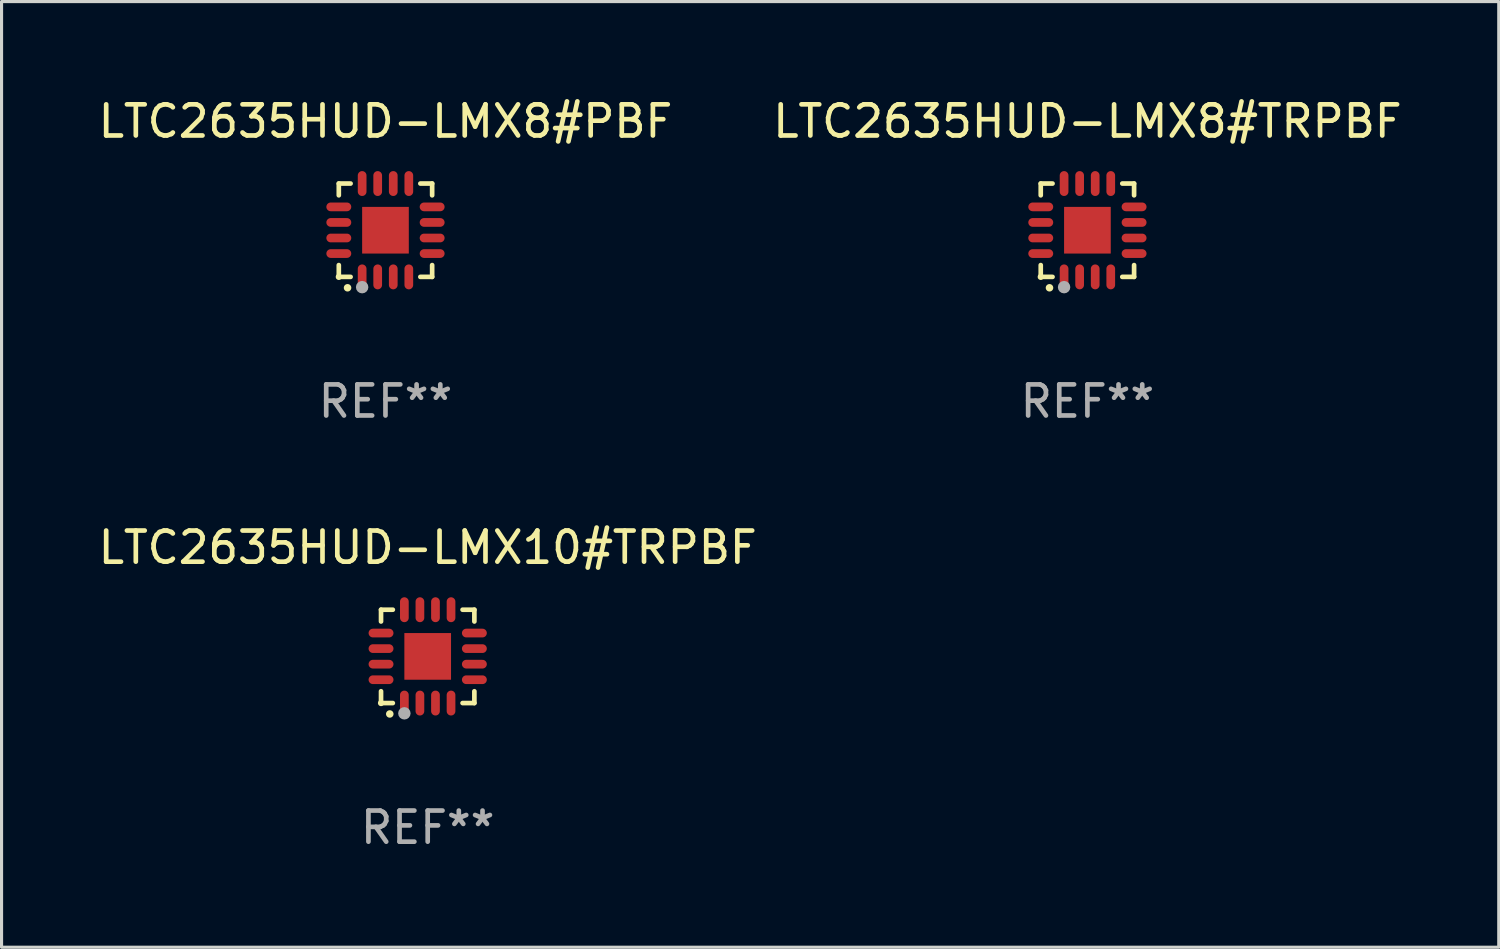
<source format=kicad_pcb>
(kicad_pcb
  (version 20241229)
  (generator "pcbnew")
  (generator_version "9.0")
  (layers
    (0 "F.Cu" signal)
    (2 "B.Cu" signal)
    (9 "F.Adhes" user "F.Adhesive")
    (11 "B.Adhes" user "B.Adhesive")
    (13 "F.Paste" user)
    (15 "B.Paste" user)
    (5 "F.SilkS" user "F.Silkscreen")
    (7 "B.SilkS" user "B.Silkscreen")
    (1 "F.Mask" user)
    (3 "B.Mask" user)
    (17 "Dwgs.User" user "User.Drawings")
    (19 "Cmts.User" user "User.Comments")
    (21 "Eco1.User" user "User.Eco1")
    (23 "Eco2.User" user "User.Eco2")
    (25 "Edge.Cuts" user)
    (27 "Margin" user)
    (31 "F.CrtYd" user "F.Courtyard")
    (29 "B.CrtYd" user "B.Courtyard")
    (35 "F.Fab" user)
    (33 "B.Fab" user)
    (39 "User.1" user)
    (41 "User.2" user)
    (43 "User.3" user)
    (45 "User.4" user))
  (footprint "LTC2635HUD-LMX8#TRPBF"
    (layer "F.Cu")
    (at 31.899 4.349)
    (property "Reference" "LTC2635HUD-LMX8#TRPBF" (at 0 -3.5 0) (layer "F.SilkS") (effects (font (size 1 1) (thickness 0.15))))
    (attr through_hole)
    (fp_line (start -1.5 -1.5) (end -1.121 -1.5) (stroke (width 0.15) (type solid)) (layer "F.SilkS"))
    (fp_line (start -1.5 -1.122) (end -1.5 -1.5) (stroke (width 0.15) (type solid)) (layer "F.SilkS"))
    (fp_line (start -1.5 1.5) (end -1.5 1.121) (stroke (width 0.15) (type solid)) (layer "F.SilkS"))
    (fp_line (start -1.121 1.5) (end -1.5 1.5) (stroke (width 0.15) (type solid)) (layer "F.SilkS"))
    (fp_line (start 1.121 -1.5) (end 1.5 -1.5) (stroke (width 0.15) (type solid)) (layer "F.SilkS"))
    (fp_line (start 1.5 -1.5) (end 1.5 -1.122) (stroke (width 0.15) (type solid)) (layer "F.SilkS"))
    (fp_line (start 1.5 1.121) (end 1.5 1.5) (stroke (width 0.15) (type solid)) (layer "F.SilkS"))
    (fp_line (start 1.5 1.5) (end 1.121 1.5) (stroke (width 0.15) (type solid)) (layer "F.SilkS"))
    (fp_arc (start -1.219926 1.850254) (mid -1.21891 1.85025) (end -1.217894 1.850254) (stroke (width 0.240005) (type solid)) (layer "F.SilkS"))
    (fp_circle (center -1.5 1.5) (end -1.45 1.5) (stroke (width 0.1) (type solid)) (fill no) (layer "F.SilkS"))
    (fp_circle (center -0.75 1.83) (end -0.65 1.83) (stroke (width 0.2) (type solid)) (fill no) (layer "F.Fab"))
    (fp_text user "REF**" (at 0 5.5 0) (layer "F.Fab") (effects (font (size 1 1) (thickness 0.15))))
    (pad "1" smd oval (at -0.75 1.5) (size 0.28 0.8) (layers "F.Cu" "F.Mask" "F.Paste"))
    (pad "2" smd oval (at -0.25 1.5) (size 0.28 0.8) (layers "F.Cu" "F.Mask" "F.Paste"))
    (pad "3" smd oval (at 0.25 1.5) (size 0.28 0.8) (layers "F.Cu" "F.Mask" "F.Paste"))
    (pad "4" smd oval (at 0.75 1.5) (size 0.28 0.8) (layers "F.Cu" "F.Mask" "F.Paste"))
    (pad "5" smd oval (at 1.5 0.75) (size 0.8 0.28) (layers "F.Cu" "F.Mask" "F.Paste"))
    (pad "6" smd oval (at 1.5 0.25) (size 0.8 0.28) (layers "F.Cu" "F.Mask" "F.Paste"))
    (pad "7" smd oval (at 1.5 -0.25) (size 0.8 0.28) (layers "F.Cu" "F.Mask" "F.Paste"))
    (pad "8" smd oval (at 1.5 -0.75) (size 0.8 0.28) (layers "F.Cu" "F.Mask" "F.Paste"))
    (pad "9" smd oval (at 0.75 -1.5) (size 0.28 0.8) (layers "F.Cu" "F.Mask" "F.Paste"))
    (pad "10" smd oval (at 0.25 -1.5) (size 0.28 0.8) (layers "F.Cu" "F.Mask" "F.Paste"))
    (pad "11" smd oval (at -0.25 -1.5) (size 0.28 0.8) (layers "F.Cu" "F.Mask" "F.Paste"))
    (pad "12" smd oval (at -0.75 -1.5) (size 0.28 0.8) (layers "F.Cu" "F.Mask" "F.Paste"))
    (pad "13" smd oval (at -1.5 -0.75) (size 0.8 0.28) (layers "F.Cu" "F.Mask" "F.Paste"))
    (pad "14" smd oval (at -1.5 -0.25) (size 0.8 0.28) (layers "F.Cu" "F.Mask" "F.Paste"))
    (pad "15" smd oval (at -1.5 0.25) (size 0.8 0.28) (layers "F.Cu" "F.Mask" "F.Paste"))
    (pad "16" smd oval (at -1.5 0.75) (size 0.8 0.28) (layers "F.Cu" "F.Mask" "F.Paste"))
    (pad "17" smd rect (at -0.000064 0.000165) (size 1.5 1.5) (layers "F.Cu" "F.Mask" "F.Paste")))
  (footprint "LTC2635HUD-LMX10#TRPBF"
    (layer "F.Cu")
    (at 10.696 18.046)
    (property "Reference" "LTC2635HUD-LMX10#TRPBF" (at 0 -3.5 0) (layer "F.SilkS") (effects (font (size 1 1) (thickness 0.15))))
    (attr through_hole)
    (fp_line (start -1.5 -1.5) (end -1.121 -1.5) (stroke (width 0.15) (type solid)) (layer "F.SilkS"))
    (fp_line (start -1.5 -1.122) (end -1.5 -1.5) (stroke (width 0.15) (type solid)) (layer "F.SilkS"))
    (fp_line (start -1.5 1.5) (end -1.5 1.121) (stroke (width 0.15) (type solid)) (layer "F.SilkS"))
    (fp_line (start -1.121 1.5) (end -1.5 1.5) (stroke (width 0.15) (type solid)) (layer "F.SilkS"))
    (fp_line (start 1.121 -1.5) (end 1.5 -1.5) (stroke (width 0.15) (type solid)) (layer "F.SilkS"))
    (fp_line (start 1.5 -1.5) (end 1.5 -1.122) (stroke (width 0.15) (type solid)) (layer "F.SilkS"))
    (fp_line (start 1.5 1.121) (end 1.5 1.5) (stroke (width 0.15) (type solid)) (layer "F.SilkS"))
    (fp_line (start 1.5 1.5) (end 1.121 1.5) (stroke (width 0.15) (type solid)) (layer "F.SilkS"))
    (fp_arc (start -1.219926 1.850254) (mid -1.21891 1.85025) (end -1.217894 1.850254) (stroke (width 0.240005) (type solid)) (layer "F.SilkS"))
    (fp_circle (center -1.5 1.5) (end -1.45 1.5) (stroke (width 0.1) (type solid)) (fill no) (layer "F.SilkS"))
    (fp_circle (center -0.75 1.83) (end -0.65 1.83) (stroke (width 0.2) (type solid)) (fill no) (layer "F.Fab"))
    (fp_text user "REF**" (at 0 5.5 0) (layer "F.Fab") (effects (font (size 1 1) (thickness 0.15))))
    (pad "1" smd oval (at -0.75 1.5) (size 0.28 0.8) (layers "F.Cu" "F.Mask" "F.Paste"))
    (pad "2" smd oval (at -0.25 1.5) (size 0.28 0.8) (layers "F.Cu" "F.Mask" "F.Paste"))
    (pad "3" smd oval (at 0.25 1.5) (size 0.28 0.8) (layers "F.Cu" "F.Mask" "F.Paste"))
    (pad "4" smd oval (at 0.75 1.5) (size 0.28 0.8) (layers "F.Cu" "F.Mask" "F.Paste"))
    (pad "5" smd oval (at 1.5 0.75) (size 0.8 0.28) (layers "F.Cu" "F.Mask" "F.Paste"))
    (pad "6" smd oval (at 1.5 0.25) (size 0.8 0.28) (layers "F.Cu" "F.Mask" "F.Paste"))
    (pad "7" smd oval (at 1.5 -0.25) (size 0.8 0.28) (layers "F.Cu" "F.Mask" "F.Paste"))
    (pad "8" smd oval (at 1.5 -0.75) (size 0.8 0.28) (layers "F.Cu" "F.Mask" "F.Paste"))
    (pad "9" smd oval (at 0.75 -1.5) (size 0.28 0.8) (layers "F.Cu" "F.Mask" "F.Paste"))
    (pad "10" smd oval (at 0.25 -1.5) (size 0.28 0.8) (layers "F.Cu" "F.Mask" "F.Paste"))
    (pad "11" smd oval (at -0.25 -1.5) (size 0.28 0.8) (layers "F.Cu" "F.Mask" "F.Paste"))
    (pad "12" smd oval (at -0.75 -1.5) (size 0.28 0.8) (layers "F.Cu" "F.Mask" "F.Paste"))
    (pad "13" smd oval (at -1.5 -0.75) (size 0.8 0.28) (layers "F.Cu" "F.Mask" "F.Paste"))
    (pad "14" smd oval (at -1.5 -0.25) (size 0.8 0.28) (layers "F.Cu" "F.Mask" "F.Paste"))
    (pad "15" smd oval (at -1.5 0.25) (size 0.8 0.28) (layers "F.Cu" "F.Mask" "F.Paste"))
    (pad "16" smd oval (at -1.5 0.75) (size 0.8 0.28) (layers "F.Cu" "F.Mask" "F.Paste"))
    (pad "17" smd rect (at -0.000064 0.000165) (size 1.5 1.5) (layers "F.Cu" "F.Mask" "F.Paste")))
  (footprint "LTC2635HUD-LMX8#PBF"
    (layer "F.Cu")
    (at 9.339 4.349)
    (property "Reference" "LTC2635HUD-LMX8#PBF" (at 0 -3.5 0) (layer "F.SilkS") (effects (font (size 1 1) (thickness 0.15))))
    (attr through_hole)
    (fp_line (start -1.5 -1.5) (end -1.121 -1.5) (stroke (width 0.15) (type solid)) (layer "F.SilkS"))
    (fp_line (start -1.5 -1.122) (end -1.5 -1.5) (stroke (width 0.15) (type solid)) (layer "F.SilkS"))
    (fp_line (start -1.5 1.5) (end -1.5 1.121) (stroke (width 0.15) (type solid)) (layer "F.SilkS"))
    (fp_line (start -1.121 1.5) (end -1.5 1.5) (stroke (width 0.15) (type solid)) (layer "F.SilkS"))
    (fp_line (start 1.121 -1.5) (end 1.5 -1.5) (stroke (width 0.15) (type solid)) (layer "F.SilkS"))
    (fp_line (start 1.5 -1.5) (end 1.5 -1.122) (stroke (width 0.15) (type solid)) (layer "F.SilkS"))
    (fp_line (start 1.5 1.121) (end 1.5 1.5) (stroke (width 0.15) (type solid)) (layer "F.SilkS"))
    (fp_line (start 1.5 1.5) (end 1.121 1.5) (stroke (width 0.15) (type solid)) (layer "F.SilkS"))
    (fp_arc (start -1.219926 1.850254) (mid -1.21891 1.85025) (end -1.217894 1.850254) (stroke (width 0.240005) (type solid)) (layer "F.SilkS"))
    (fp_circle (center -1.5 1.5) (end -1.45 1.5) (stroke (width 0.1) (type solid)) (fill no) (layer "F.SilkS"))
    (fp_circle (center -0.75 1.83) (end -0.65 1.83) (stroke (width 0.2) (type solid)) (fill no) (layer "F.Fab"))
    (fp_text user "REF**" (at 0 5.5 0) (layer "F.Fab") (effects (font (size 1 1) (thickness 0.15))))
    (pad "1" smd oval (at -0.75 1.5) (size 0.28 0.8) (layers "F.Cu" "F.Mask" "F.Paste"))
    (pad "2" smd oval (at -0.25 1.5) (size 0.28 0.8) (layers "F.Cu" "F.Mask" "F.Paste"))
    (pad "3" smd oval (at 0.25 1.5) (size 0.28 0.8) (layers "F.Cu" "F.Mask" "F.Paste"))
    (pad "4" smd oval (at 0.75 1.5) (size 0.28 0.8) (layers "F.Cu" "F.Mask" "F.Paste"))
    (pad "5" smd oval (at 1.5 0.75) (size 0.8 0.28) (layers "F.Cu" "F.Mask" "F.Paste"))
    (pad "6" smd oval (at 1.5 0.25) (size 0.8 0.28) (layers "F.Cu" "F.Mask" "F.Paste"))
    (pad "7" smd oval (at 1.5 -0.25) (size 0.8 0.28) (layers "F.Cu" "F.Mask" "F.Paste"))
    (pad "8" smd oval (at 1.5 -0.75) (size 0.8 0.28) (layers "F.Cu" "F.Mask" "F.Paste"))
    (pad "9" smd oval (at 0.75 -1.5) (size 0.28 0.8) (layers "F.Cu" "F.Mask" "F.Paste"))
    (pad "10" smd oval (at 0.25 -1.5) (size 0.28 0.8) (layers "F.Cu" "F.Mask" "F.Paste"))
    (pad "11" smd oval (at -0.25 -1.5) (size 0.28 0.8) (layers "F.Cu" "F.Mask" "F.Paste"))
    (pad "12" smd oval (at -0.75 -1.5) (size 0.28 0.8) (layers "F.Cu" "F.Mask" "F.Paste"))
    (pad "13" smd oval (at -1.5 -0.75) (size 0.8 0.28) (layers "F.Cu" "F.Mask" "F.Paste"))
    (pad "14" smd oval (at -1.5 -0.25) (size 0.8 0.28) (layers "F.Cu" "F.Mask" "F.Paste"))
    (pad "15" smd oval (at -1.5 0.25) (size 0.8 0.28) (layers "F.Cu" "F.Mask" "F.Paste"))
    (pad "16" smd oval (at -1.5 0.75) (size 0.8 0.28) (layers "F.Cu" "F.Mask" "F.Paste"))
    (pad "17" smd rect (at -0.000064 0.000165) (size 1.5 1.5) (layers "F.Cu" "F.Mask" "F.Paste")))
  (gr_rect
    (start -3 -3)
    (end 45.119 27.394)
    (stroke (width 0.1) (type default))
    (fill no)
    (layer "Edge.Cuts")))
</source>
